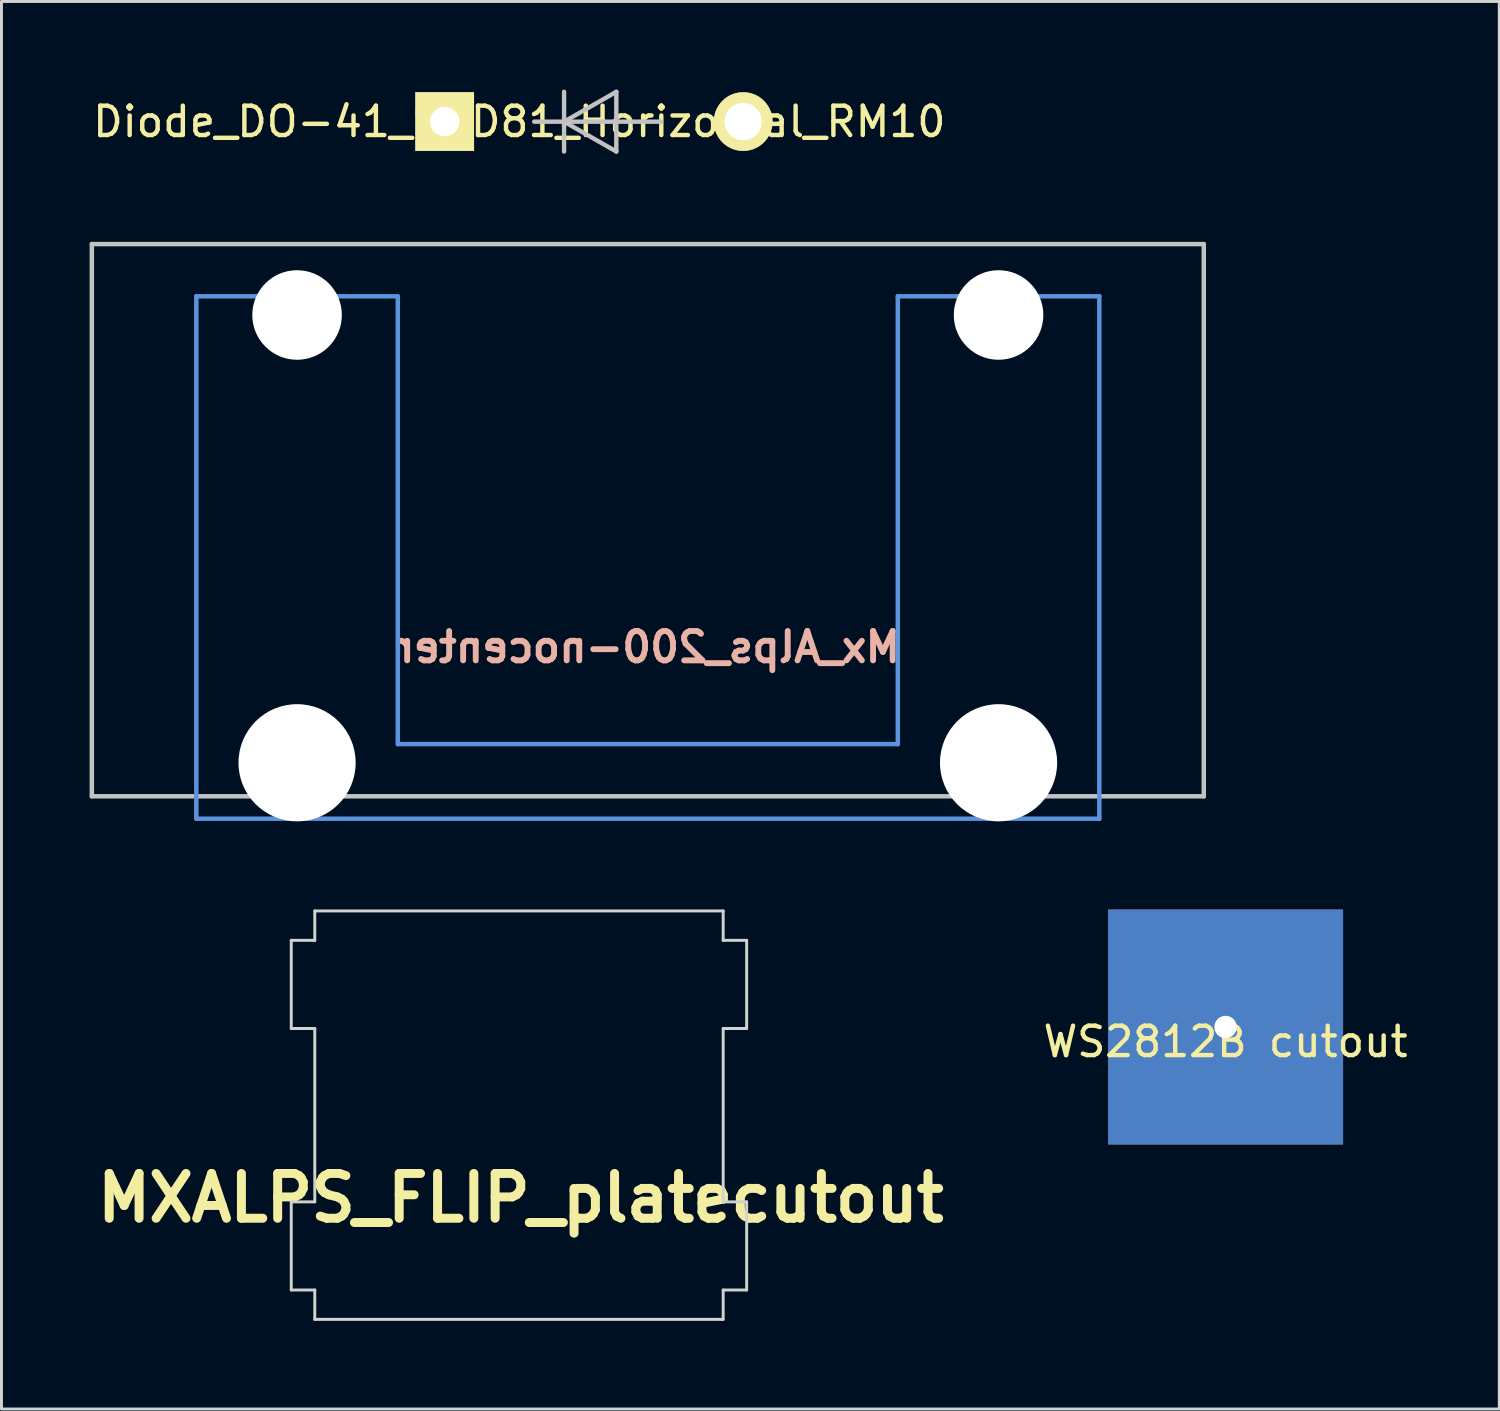
<source format=kicad_pcb>
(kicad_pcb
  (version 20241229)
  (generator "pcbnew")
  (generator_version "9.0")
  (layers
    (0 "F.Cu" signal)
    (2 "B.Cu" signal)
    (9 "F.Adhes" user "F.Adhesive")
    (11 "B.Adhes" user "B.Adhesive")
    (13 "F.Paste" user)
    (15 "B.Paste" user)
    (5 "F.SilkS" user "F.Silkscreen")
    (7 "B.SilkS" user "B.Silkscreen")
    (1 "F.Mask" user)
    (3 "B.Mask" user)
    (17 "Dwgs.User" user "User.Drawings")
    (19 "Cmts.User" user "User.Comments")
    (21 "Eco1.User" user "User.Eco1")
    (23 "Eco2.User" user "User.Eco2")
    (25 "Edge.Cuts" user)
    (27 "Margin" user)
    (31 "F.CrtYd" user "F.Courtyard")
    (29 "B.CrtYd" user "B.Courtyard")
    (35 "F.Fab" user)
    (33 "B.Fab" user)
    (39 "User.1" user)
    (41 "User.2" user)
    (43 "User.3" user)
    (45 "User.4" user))
  (footprint "MXALPS_FLIP_platecutout"
    (layer "F.Cu")
    (at 14.594 34.877)
    (property "Reference" "MXALPS_FLIP_platecutout" (at 0.08 2.848 0) (layer "F.SilkS") (effects (font (size 1.524 1.524) (thickness 0.305))))
    (attr through_hole)
    (fp_line (start -7.731 -5.921) (end -7.731 -2.921) (stroke (width 0.1) (type solid)) (layer "Edge.Cuts"))
    (fp_line (start -7.731 -2.921) (end -6.93 -2.921) (stroke (width 0.1) (type solid)) (layer "Edge.Cuts"))
    (fp_line (start -7.731 2.979) (end -7.731 5.979) (stroke (width 0.1) (type solid)) (layer "Edge.Cuts"))
    (fp_line (start -7.731 5.979) (end -6.93 5.979) (stroke (width 0.1) (type solid)) (layer "Edge.Cuts"))
    (fp_line (start -6.93 -6.922) (end -6.93 -5.921) (stroke (width 0.1) (type solid)) (layer "Edge.Cuts"))
    (fp_line (start -6.93 -5.921) (end -7.731 -5.921) (stroke (width 0.1) (type solid)) (layer "Edge.Cuts"))
    (fp_line (start -6.93 -2.921) (end -6.93 2.979) (stroke (width 0.1) (type solid)) (layer "Edge.Cuts"))
    (fp_line (start -6.93 2.979) (end -7.731 2.979) (stroke (width 0.1) (type solid)) (layer "Edge.Cuts"))
    (fp_line (start -6.93 5.979) (end -6.93 6.979) (stroke (width 0.1) (type solid)) (layer "Edge.Cuts"))
    (fp_line (start -6.93 6.979) (end 6.97 6.979) (stroke (width 0.1) (type solid)) (layer "Edge.Cuts"))
    (fp_line (start 6.97 -6.922) (end -6.93 -6.922) (stroke (width 0.1) (type solid)) (layer "Edge.Cuts"))
    (fp_line (start 6.97 -5.921) (end 6.97 -6.922) (stroke (width 0.1) (type solid)) (layer "Edge.Cuts"))
    (fp_line (start 6.97 -2.921) (end 7.769 -2.921) (stroke (width 0.1) (type solid)) (layer "Edge.Cuts"))
    (fp_line (start 6.97 2.979) (end 6.97 -2.921) (stroke (width 0.1) (type solid)) (layer "Edge.Cuts"))
    (fp_line (start 6.97 5.979) (end 7.769 5.979) (stroke (width 0.1) (type solid)) (layer "Edge.Cuts"))
    (fp_line (start 6.97 6.979) (end 6.97 5.979) (stroke (width 0.1) (type solid)) (layer "Edge.Cuts"))
    (fp_line (start 7.769 -5.921) (end 6.97 -5.921) (stroke (width 0.1) (type solid)) (layer "Edge.Cuts"))
    (fp_line (start 7.769 -2.921) (end 7.769 -5.921) (stroke (width 0.1) (type solid)) (layer "Edge.Cuts"))
    (fp_line (start 7.769 2.979) (end 6.97 2.979) (stroke (width 0.1) (type solid)) (layer "Edge.Cuts"))
    (fp_line (start 7.769 5.979) (end 7.769 2.979) (stroke (width 0.1) (type solid)) (layer "Edge.Cuts")))
  (footprint "Diode_DO-41_SOD81_Horizontal_RM10"
    (layer "F.Cu")
    (at 12.085 1.091)
    (property "Reference" "Diode_DO-41_SOD81_Horizontal_RM10" (at 2.54 0 0) (layer "F.SilkS") (effects (font (size 1 1) (thickness 0.15))))
    (attr through_hole)
    (fp_line (start 3.048 0) (end 7.366 0) (stroke (width 0.15) (type solid)) (layer "Dwgs.User"))
    (fp_line (start 4.064 -1.016) (end 4.064 1.016) (stroke (width 0.15) (type solid)) (layer "Dwgs.User"))
    (fp_line (start 4.064 0) (end 5.842 -1.016) (stroke (width 0.15) (type solid)) (layer "Dwgs.User"))
    (fp_line (start 5.842 -1.016) (end 5.842 1.016) (stroke (width 0.15) (type solid)) (layer "Dwgs.User"))
    (fp_line (start 5.842 1.016) (end 4.064 0) (stroke (width 0.15) (type solid)) (layer "Dwgs.User"))
    (pad "1" thru_hole rect (at 0 -0.003 180) (size 1.999 1.999) (drill 1.001) (layers "*.Cu" "*.Mask" "F.SilkS"))
    (pad "2" thru_hole circle (at 10.16 -0.003 180) (size 1.999 1.999) (drill 1.27) (layers "*.Cu" "*.Mask" "F.SilkS")))
  (footprint "WS2812B cutout"
    (layer "F.Cu")
    (at 38.663 31.905)
    (property "Reference" "WS2812B cutout" (at 0 0.5 0) (layer "F.SilkS") (effects (font (size 1 1) (thickness 0.15))))
    (attr through_hole)
    (pad "1" thru_hole rect (at 0 0) (size 8 8) (drill 0.762) (layers "*.Cu" "*.Mask")))
  (footprint "Mx_Alps_200-nocenter"
    (layer "F.Cu")
    (at 18.999 14.656)
    (property "Reference" "Mx_Alps_200-nocenter" (at 0 4.318 0) (layer "B.SilkS") (effects (font (size 1 1) (thickness 0.2)) (justify mirror)))
    (attr through_hole)
    (fp_line (start -18.923 -9.398) (end 18.923 -9.398) (stroke (width 0.152) (type solid)) (layer "Dwgs.User"))
    (fp_line (start -18.923 9.398) (end -18.923 -9.398) (stroke (width 0.152) (type solid)) (layer "Dwgs.User"))
    (fp_line (start 18.923 -9.398) (end 18.923 9.398) (stroke (width 0.152) (type solid)) (layer "Dwgs.User"))
    (fp_line (start 18.923 9.398) (end -18.923 9.398) (stroke (width 0.152) (type solid)) (layer "Dwgs.User"))
    (fp_line (start -15.367 -7.62) (end -15.367 10.16) (stroke (width 0.152) (type solid)) (layer "Cmts.User"))
    (fp_line (start -15.367 10.16) (end 15.367 10.16) (stroke (width 0.152) (type solid)) (layer "Cmts.User"))
    (fp_line (start -8.509 -7.62) (end -15.367 -7.62) (stroke (width 0.152) (type solid)) (layer "Cmts.User"))
    (fp_line (start -8.509 7.62) (end -8.509 -7.62) (stroke (width 0.152) (type solid)) (layer "Cmts.User"))
    (fp_line (start 8.509 -7.62) (end 8.509 7.62) (stroke (width 0.152) (type solid)) (layer "Cmts.User"))
    (fp_line (start 8.509 7.62) (end -8.509 7.62) (stroke (width 0.152) (type solid)) (layer "Cmts.User"))
    (fp_line (start 15.367 -7.62) (end 8.509 -7.62) (stroke (width 0.152) (type solid)) (layer "Cmts.User"))
    (fp_line (start 15.367 10.16) (end 15.367 -7.62) (stroke (width 0.152) (type solid)) (layer "Cmts.User"))
    (fp_line (start -16.129 -2.286) (end -15.265 -2.286) (stroke (width 0.152) (type solid)) (layer "Eco2.User"))
    (fp_line (start -16.129 0.508) (end -16.129 -2.286) (stroke (width 0.152) (type solid)) (layer "Eco2.User"))
    (fp_line (start -15.265 -5.69) (end -8.611 -5.69) (stroke (width 0.152) (type solid)) (layer "Eco2.User"))
    (fp_line (start -15.265 -2.286) (end -15.265 -5.69) (stroke (width 0.152) (type solid)) (layer "Eco2.User"))
    (fp_line (start -15.265 0.508) (end -16.129 0.508) (stroke (width 0.152) (type solid)) (layer "Eco2.User"))
    (fp_line (start -15.265 6.604) (end -15.265 0.508) (stroke (width 0.152) (type solid)) (layer "Eco2.User"))
    (fp_line (start -14.224 6.604) (end -15.265 6.604) (stroke (width 0.152) (type solid)) (layer "Eco2.User"))
    (fp_line (start -14.224 7.772) (end -14.224 6.604) (stroke (width 0.152) (type solid)) (layer "Eco2.User"))
    (fp_line (start -9.652 6.604) (end -9.652 7.772) (stroke (width 0.152) (type solid)) (layer "Eco2.User"))
    (fp_line (start -9.652 7.772) (end -14.224 7.772) (stroke (width 0.152) (type solid)) (layer "Eco2.User"))
    (fp_line (start -8.611 -5.69) (end -8.611 -4.877) (stroke (width 0.152) (type solid)) (layer "Eco2.User"))
    (fp_line (start -8.611 -4.877) (end -6.985 -4.877) (stroke (width 0.152) (type solid)) (layer "Eco2.User"))
    (fp_line (start -8.611 5.817) (end -8.611 6.604) (stroke (width 0.152) (type solid)) (layer "Eco2.User"))
    (fp_line (start -8.611 6.604) (end -9.652 6.604) (stroke (width 0.152) (type solid)) (layer "Eco2.User"))
    (fp_line (start -6.985 -6.985) (end 6.985 -6.985) (stroke (width 0.152) (type solid)) (layer "Eco2.User"))
    (fp_line (start -6.985 -4.877) (end -6.985 -6.985) (stroke (width 0.152) (type solid)) (layer "Eco2.User"))
    (fp_line (start -6.985 5.817) (end -8.611 5.817) (stroke (width 0.152) (type solid)) (layer "Eco2.User"))
    (fp_line (start -6.985 6.985) (end -6.985 5.817) (stroke (width 0.152) (type solid)) (layer "Eco2.User"))
    (fp_line (start 6.985 -6.985) (end 6.985 -4.877) (stroke (width 0.152) (type solid)) (layer "Eco2.User"))
    (fp_line (start 6.985 -4.877) (end 8.611 -4.877) (stroke (width 0.152) (type solid)) (layer "Eco2.User"))
    (fp_line (start 6.985 5.817) (end 6.985 6.985) (stroke (width 0.152) (type solid)) (layer "Eco2.User"))
    (fp_line (start 6.985 6.985) (end -6.985 6.985) (stroke (width 0.152) (type solid)) (layer "Eco2.User"))
    (fp_line (start 8.611 -5.69) (end 15.265 -5.69) (stroke (width 0.152) (type solid)) (layer "Eco2.User"))
    (fp_line (start 8.611 -4.877) (end 8.611 -5.69) (stroke (width 0.152) (type solid)) (layer "Eco2.User"))
    (fp_line (start 8.611 5.817) (end 6.985 5.817) (stroke (width 0.152) (type solid)) (layer "Eco2.User"))
    (fp_line (start 8.611 6.604) (end 8.611 5.817) (stroke (width 0.152) (type solid)) (layer "Eco2.User"))
    (fp_line (start 9.652 6.604) (end 8.611 6.604) (stroke (width 0.152) (type solid)) (layer "Eco2.User"))
    (fp_line (start 9.652 7.772) (end 9.652 6.604) (stroke (width 0.152) (type solid)) (layer "Eco2.User"))
    (fp_line (start 14.224 6.604) (end 14.224 7.772) (stroke (width 0.152) (type solid)) (layer "Eco2.User"))
    (fp_line (start 14.224 7.772) (end 9.652 7.772) (stroke (width 0.152) (type solid)) (layer "Eco2.User"))
    (fp_line (start 15.265 -5.69) (end 15.265 -2.286) (stroke (width 0.152) (type solid)) (layer "Eco2.User"))
    (fp_line (start 15.265 -2.286) (end 16.129 -2.286) (stroke (width 0.152) (type solid)) (layer "Eco2.User"))
    (fp_line (start 15.265 0.508) (end 15.265 6.604) (stroke (width 0.152) (type solid)) (layer "Eco2.User"))
    (fp_line (start 15.265 6.604) (end 14.224 6.604) (stroke (width 0.152) (type solid)) (layer "Eco2.User"))
    (fp_line (start 16.129 -2.286) (end 16.129 0.508) (stroke (width 0.152) (type solid)) (layer "Eco2.User"))
    (fp_line (start 16.129 0.508) (end 15.265 0.508) (stroke (width 0.152) (type solid)) (layer "Eco2.User"))
    (pad "" np_thru_hole circle (at -11.938 -6.985) (size 3.048 3.048) (drill 3.048) (layers "*.Cu"))
    (pad "" np_thru_hole circle (at -11.938 8.255) (size 3.988 3.988) (drill 3.988) (layers "*.Cu"))
    (pad "" np_thru_hole circle (at 11.938 -6.985) (size 3.048 3.048) (drill 3.048) (layers "*.Cu"))
    (pad "" np_thru_hole circle (at 11.938 8.255) (size 3.988 3.988) (drill 3.988) (layers "*.Cu")))
  (gr_rect
    (start -3 -3)
    (end 47.979 44.907)
    (stroke (width 0.1) (type default))
    (fill no)
    (layer "Edge.Cuts")))
</source>
